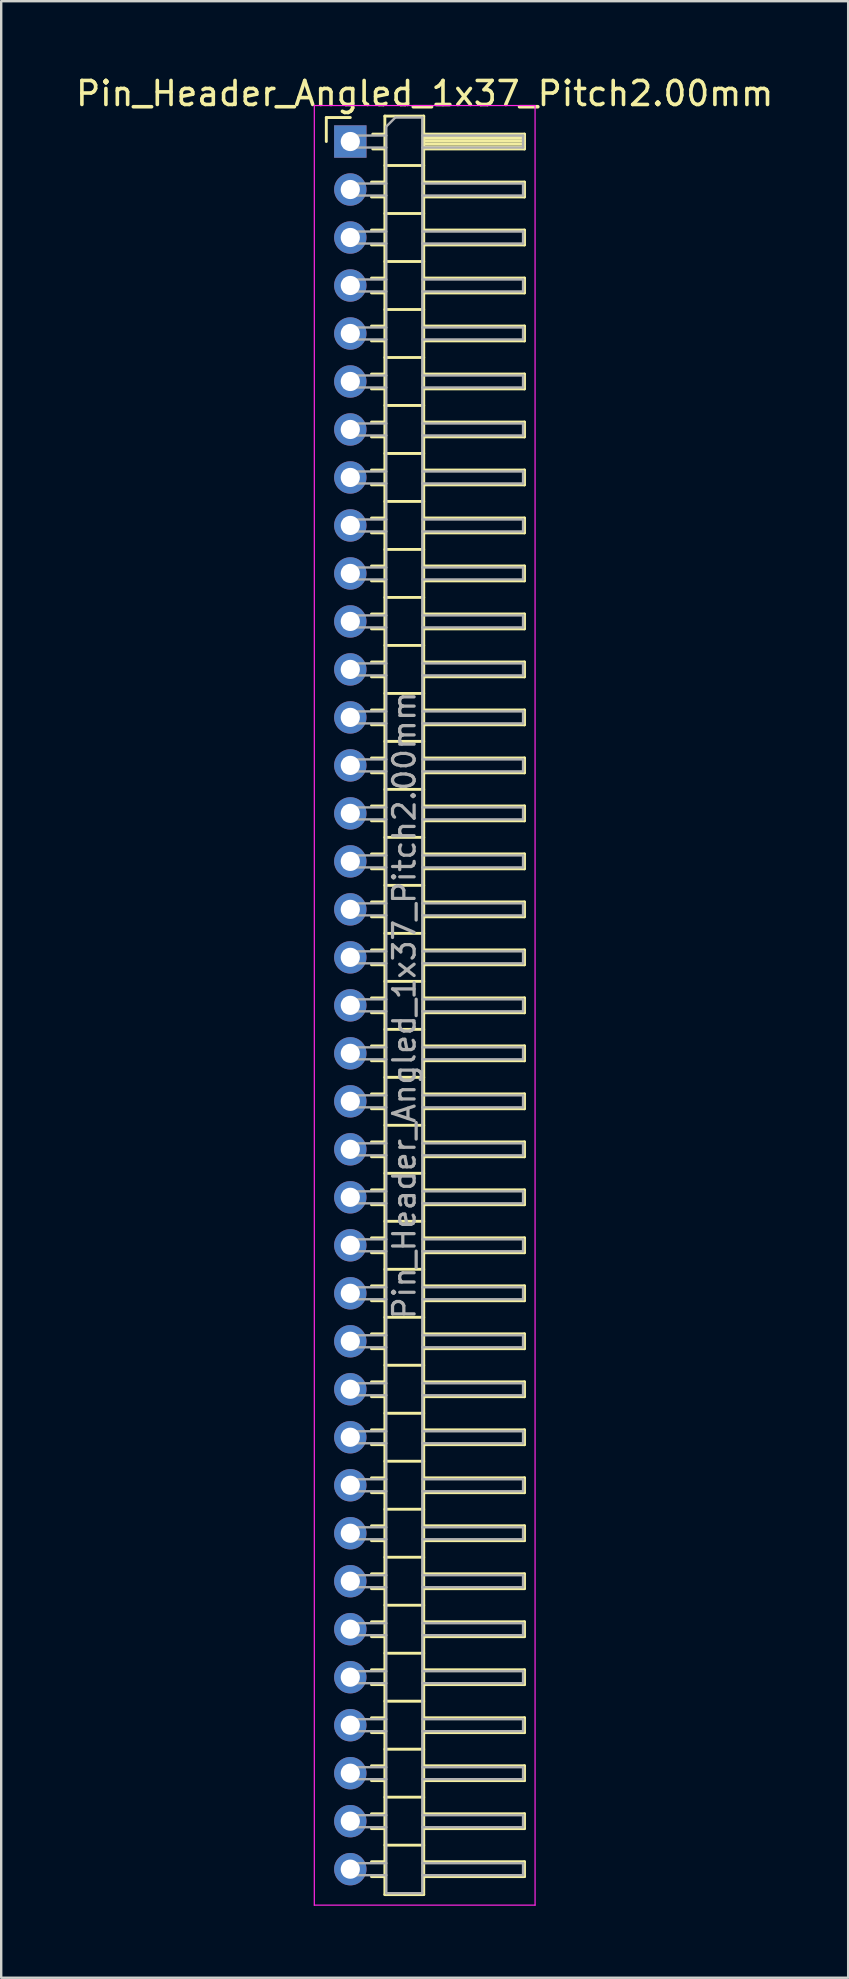
<source format=kicad_pcb>
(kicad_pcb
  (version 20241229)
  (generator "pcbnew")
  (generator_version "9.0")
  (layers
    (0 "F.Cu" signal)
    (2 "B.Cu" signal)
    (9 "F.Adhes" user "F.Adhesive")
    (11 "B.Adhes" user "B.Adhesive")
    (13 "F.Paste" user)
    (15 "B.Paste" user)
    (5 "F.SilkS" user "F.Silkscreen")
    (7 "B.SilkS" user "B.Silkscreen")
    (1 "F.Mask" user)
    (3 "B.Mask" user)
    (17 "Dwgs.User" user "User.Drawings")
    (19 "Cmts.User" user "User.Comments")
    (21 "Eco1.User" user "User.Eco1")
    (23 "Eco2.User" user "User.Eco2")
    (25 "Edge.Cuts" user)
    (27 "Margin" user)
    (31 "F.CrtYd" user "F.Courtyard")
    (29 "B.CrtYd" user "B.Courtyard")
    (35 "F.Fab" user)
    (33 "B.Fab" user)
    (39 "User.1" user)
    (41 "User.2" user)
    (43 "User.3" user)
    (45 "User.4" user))
  (footprint "Pin_Header_Angled_1x37_Pitch2.00mm"
    (layer "F.Cu")
    (at 11.549 2.848)
    (property "Reference" "Pin_Header_Angled_1x37_Pitch2.00mm" (at 3.1 -2 0) (layer "F.SilkS") (effects (font (size 1 1) (thickness 0.15))))
    (attr through_hole)
    (fp_line (start -1 -1) (end 0 -1) (stroke (width 0.12) (type solid)) (layer "F.SilkS"))
    (fp_line (start -1 0) (end -1 -1) (stroke (width 0.12) (type solid)) (layer "F.SilkS"))
    (fp_line (start 0.882 1.69) (end 1.44 1.69) (stroke (width 0.12) (type solid)) (layer "F.SilkS"))
    (fp_line (start 0.882 2.31) (end 1.44 2.31) (stroke (width 0.12) (type solid)) (layer "F.SilkS"))
    (fp_line (start 0.882 3.69) (end 1.44 3.69) (stroke (width 0.12) (type solid)) (layer "F.SilkS"))
    (fp_line (start 0.882 4.31) (end 1.44 4.31) (stroke (width 0.12) (type solid)) (layer "F.SilkS"))
    (fp_line (start 0.882 5.69) (end 1.44 5.69) (stroke (width 0.12) (type solid)) (layer "F.SilkS"))
    (fp_line (start 0.882 6.31) (end 1.44 6.31) (stroke (width 0.12) (type solid)) (layer "F.SilkS"))
    (fp_line (start 0.882 7.69) (end 1.44 7.69) (stroke (width 0.12) (type solid)) (layer "F.SilkS"))
    (fp_line (start 0.882 8.31) (end 1.44 8.31) (stroke (width 0.12) (type solid)) (layer "F.SilkS"))
    (fp_line (start 0.882 9.69) (end 1.44 9.69) (stroke (width 0.12) (type solid)) (layer "F.SilkS"))
    (fp_line (start 0.882 10.31) (end 1.44 10.31) (stroke (width 0.12) (type solid)) (layer "F.SilkS"))
    (fp_line (start 0.882 11.69) (end 1.44 11.69) (stroke (width 0.12) (type solid)) (layer "F.SilkS"))
    (fp_line (start 0.882 12.31) (end 1.44 12.31) (stroke (width 0.12) (type solid)) (layer "F.SilkS"))
    (fp_line (start 0.882 13.69) (end 1.44 13.69) (stroke (width 0.12) (type solid)) (layer "F.SilkS"))
    (fp_line (start 0.882 14.31) (end 1.44 14.31) (stroke (width 0.12) (type solid)) (layer "F.SilkS"))
    (fp_line (start 0.882 15.69) (end 1.44 15.69) (stroke (width 0.12) (type solid)) (layer "F.SilkS"))
    (fp_line (start 0.882 16.31) (end 1.44 16.31) (stroke (width 0.12) (type solid)) (layer "F.SilkS"))
    (fp_line (start 0.882 17.69) (end 1.44 17.69) (stroke (width 0.12) (type solid)) (layer "F.SilkS"))
    (fp_line (start 0.882 18.31) (end 1.44 18.31) (stroke (width 0.12) (type solid)) (layer "F.SilkS"))
    (fp_line (start 0.882 19.69) (end 1.44 19.69) (stroke (width 0.12) (type solid)) (layer "F.SilkS"))
    (fp_line (start 0.882 20.31) (end 1.44 20.31) (stroke (width 0.12) (type solid)) (layer "F.SilkS"))
    (fp_line (start 0.882 21.69) (end 1.44 21.69) (stroke (width 0.12) (type solid)) (layer "F.SilkS"))
    (fp_line (start 0.882 22.31) (end 1.44 22.31) (stroke (width 0.12) (type solid)) (layer "F.SilkS"))
    (fp_line (start 0.882 23.69) (end 1.44 23.69) (stroke (width 0.12) (type solid)) (layer "F.SilkS"))
    (fp_line (start 0.882 24.31) (end 1.44 24.31) (stroke (width 0.12) (type solid)) (layer "F.SilkS"))
    (fp_line (start 0.882 25.69) (end 1.44 25.69) (stroke (width 0.12) (type solid)) (layer "F.SilkS"))
    (fp_line (start 0.882 26.31) (end 1.44 26.31) (stroke (width 0.12) (type solid)) (layer "F.SilkS"))
    (fp_line (start 0.882 27.69) (end 1.44 27.69) (stroke (width 0.12) (type solid)) (layer "F.SilkS"))
    (fp_line (start 0.882 28.31) (end 1.44 28.31) (stroke (width 0.12) (type solid)) (layer "F.SilkS"))
    (fp_line (start 0.882 29.69) (end 1.44 29.69) (stroke (width 0.12) (type solid)) (layer "F.SilkS"))
    (fp_line (start 0.882 30.31) (end 1.44 30.31) (stroke (width 0.12) (type solid)) (layer "F.SilkS"))
    (fp_line (start 0.882 31.69) (end 1.44 31.69) (stroke (width 0.12) (type solid)) (layer "F.SilkS"))
    (fp_line (start 0.882 32.31) (end 1.44 32.31) (stroke (width 0.12) (type solid)) (layer "F.SilkS"))
    (fp_line (start 0.882 33.69) (end 1.44 33.69) (stroke (width 0.12) (type solid)) (layer "F.SilkS"))
    (fp_line (start 0.882 34.31) (end 1.44 34.31) (stroke (width 0.12) (type solid)) (layer "F.SilkS"))
    (fp_line (start 0.882 35.69) (end 1.44 35.69) (stroke (width 0.12) (type solid)) (layer "F.SilkS"))
    (fp_line (start 0.882 36.31) (end 1.44 36.31) (stroke (width 0.12) (type solid)) (layer "F.SilkS"))
    (fp_line (start 0.882 37.69) (end 1.44 37.69) (stroke (width 0.12) (type solid)) (layer "F.SilkS"))
    (fp_line (start 0.882 38.31) (end 1.44 38.31) (stroke (width 0.12) (type solid)) (layer "F.SilkS"))
    (fp_line (start 0.882 39.69) (end 1.44 39.69) (stroke (width 0.12) (type solid)) (layer "F.SilkS"))
    (fp_line (start 0.882 40.31) (end 1.44 40.31) (stroke (width 0.12) (type solid)) (layer "F.SilkS"))
    (fp_line (start 0.882 41.69) (end 1.44 41.69) (stroke (width 0.12) (type solid)) (layer "F.SilkS"))
    (fp_line (start 0.882 42.31) (end 1.44 42.31) (stroke (width 0.12) (type solid)) (layer "F.SilkS"))
    (fp_line (start 0.882 43.69) (end 1.44 43.69) (stroke (width 0.12) (type solid)) (layer "F.SilkS"))
    (fp_line (start 0.882 44.31) (end 1.44 44.31) (stroke (width 0.12) (type solid)) (layer "F.SilkS"))
    (fp_line (start 0.882 45.69) (end 1.44 45.69) (stroke (width 0.12) (type solid)) (layer "F.SilkS"))
    (fp_line (start 0.882 46.31) (end 1.44 46.31) (stroke (width 0.12) (type solid)) (layer "F.SilkS"))
    (fp_line (start 0.882 47.69) (end 1.44 47.69) (stroke (width 0.12) (type solid)) (layer "F.SilkS"))
    (fp_line (start 0.882 48.31) (end 1.44 48.31) (stroke (width 0.12) (type solid)) (layer "F.SilkS"))
    (fp_line (start 0.882 49.69) (end 1.44 49.69) (stroke (width 0.12) (type solid)) (layer "F.SilkS"))
    (fp_line (start 0.882 50.31) (end 1.44 50.31) (stroke (width 0.12) (type solid)) (layer "F.SilkS"))
    (fp_line (start 0.882 51.69) (end 1.44 51.69) (stroke (width 0.12) (type solid)) (layer "F.SilkS"))
    (fp_line (start 0.882 52.31) (end 1.44 52.31) (stroke (width 0.12) (type solid)) (layer "F.SilkS"))
    (fp_line (start 0.882 53.69) (end 1.44 53.69) (stroke (width 0.12) (type solid)) (layer "F.SilkS"))
    (fp_line (start 0.882 54.31) (end 1.44 54.31) (stroke (width 0.12) (type solid)) (layer "F.SilkS"))
    (fp_line (start 0.882 55.69) (end 1.44 55.69) (stroke (width 0.12) (type solid)) (layer "F.SilkS"))
    (fp_line (start 0.882 56.31) (end 1.44 56.31) (stroke (width 0.12) (type solid)) (layer "F.SilkS"))
    (fp_line (start 0.882 57.69) (end 1.44 57.69) (stroke (width 0.12) (type solid)) (layer "F.SilkS"))
    (fp_line (start 0.882 58.31) (end 1.44 58.31) (stroke (width 0.12) (type solid)) (layer "F.SilkS"))
    (fp_line (start 0.882 59.69) (end 1.44 59.69) (stroke (width 0.12) (type solid)) (layer "F.SilkS"))
    (fp_line (start 0.882 60.31) (end 1.44 60.31) (stroke (width 0.12) (type solid)) (layer "F.SilkS"))
    (fp_line (start 0.882 61.69) (end 1.44 61.69) (stroke (width 0.12) (type solid)) (layer "F.SilkS"))
    (fp_line (start 0.882 62.31) (end 1.44 62.31) (stroke (width 0.12) (type solid)) (layer "F.SilkS"))
    (fp_line (start 0.882 63.69) (end 1.44 63.69) (stroke (width 0.12) (type solid)) (layer "F.SilkS"))
    (fp_line (start 0.882 64.31) (end 1.44 64.31) (stroke (width 0.12) (type solid)) (layer "F.SilkS"))
    (fp_line (start 0.882 65.69) (end 1.44 65.69) (stroke (width 0.12) (type solid)) (layer "F.SilkS"))
    (fp_line (start 0.882 66.31) (end 1.44 66.31) (stroke (width 0.12) (type solid)) (layer "F.SilkS"))
    (fp_line (start 0.882 67.69) (end 1.44 67.69) (stroke (width 0.12) (type solid)) (layer "F.SilkS"))
    (fp_line (start 0.882 68.31) (end 1.44 68.31) (stroke (width 0.12) (type solid)) (layer "F.SilkS"))
    (fp_line (start 0.882 69.69) (end 1.44 69.69) (stroke (width 0.12) (type solid)) (layer "F.SilkS"))
    (fp_line (start 0.882 70.31) (end 1.44 70.31) (stroke (width 0.12) (type solid)) (layer "F.SilkS"))
    (fp_line (start 0.882 71.69) (end 1.44 71.69) (stroke (width 0.12) (type solid)) (layer "F.SilkS"))
    (fp_line (start 0.882 72.31) (end 1.44 72.31) (stroke (width 0.12) (type solid)) (layer "F.SilkS"))
    (fp_line (start 0.935 -0.31) (end 1.44 -0.31) (stroke (width 0.12) (type solid)) (layer "F.SilkS"))
    (fp_line (start 0.935 0.31) (end 1.44 0.31) (stroke (width 0.12) (type solid)) (layer "F.SilkS"))
    (fp_line (start 1.44 -1.06) (end 1.44 73.06) (stroke (width 0.12) (type solid)) (layer "F.SilkS"))
    (fp_line (start 1.44 1) (end 3.06 1) (stroke (width 0.12) (type solid)) (layer "F.SilkS"))
    (fp_line (start 1.44 3) (end 3.06 3) (stroke (width 0.12) (type solid)) (layer "F.SilkS"))
    (fp_line (start 1.44 5) (end 3.06 5) (stroke (width 0.12) (type solid)) (layer "F.SilkS"))
    (fp_line (start 1.44 7) (end 3.06 7) (stroke (width 0.12) (type solid)) (layer "F.SilkS"))
    (fp_line (start 1.44 9) (end 3.06 9) (stroke (width 0.12) (type solid)) (layer "F.SilkS"))
    (fp_line (start 1.44 11) (end 3.06 11) (stroke (width 0.12) (type solid)) (layer "F.SilkS"))
    (fp_line (start 1.44 13) (end 3.06 13) (stroke (width 0.12) (type solid)) (layer "F.SilkS"))
    (fp_line (start 1.44 15) (end 3.06 15) (stroke (width 0.12) (type solid)) (layer "F.SilkS"))
    (fp_line (start 1.44 17) (end 3.06 17) (stroke (width 0.12) (type solid)) (layer "F.SilkS"))
    (fp_line (start 1.44 19) (end 3.06 19) (stroke (width 0.12) (type solid)) (layer "F.SilkS"))
    (fp_line (start 1.44 21) (end 3.06 21) (stroke (width 0.12) (type solid)) (layer "F.SilkS"))
    (fp_line (start 1.44 23) (end 3.06 23) (stroke (width 0.12) (type solid)) (layer "F.SilkS"))
    (fp_line (start 1.44 25) (end 3.06 25) (stroke (width 0.12) (type solid)) (layer "F.SilkS"))
    (fp_line (start 1.44 27) (end 3.06 27) (stroke (width 0.12) (type solid)) (layer "F.SilkS"))
    (fp_line (start 1.44 29) (end 3.06 29) (stroke (width 0.12) (type solid)) (layer "F.SilkS"))
    (fp_line (start 1.44 31) (end 3.06 31) (stroke (width 0.12) (type solid)) (layer "F.SilkS"))
    (fp_line (start 1.44 33) (end 3.06 33) (stroke (width 0.12) (type solid)) (layer "F.SilkS"))
    (fp_line (start 1.44 35) (end 3.06 35) (stroke (width 0.12) (type solid)) (layer "F.SilkS"))
    (fp_line (start 1.44 37) (end 3.06 37) (stroke (width 0.12) (type solid)) (layer "F.SilkS"))
    (fp_line (start 1.44 39) (end 3.06 39) (stroke (width 0.12) (type solid)) (layer "F.SilkS"))
    (fp_line (start 1.44 41) (end 3.06 41) (stroke (width 0.12) (type solid)) (layer "F.SilkS"))
    (fp_line (start 1.44 43) (end 3.06 43) (stroke (width 0.12) (type solid)) (layer "F.SilkS"))
    (fp_line (start 1.44 45) (end 3.06 45) (stroke (width 0.12) (type solid)) (layer "F.SilkS"))
    (fp_line (start 1.44 47) (end 3.06 47) (stroke (width 0.12) (type solid)) (layer "F.SilkS"))
    (fp_line (start 1.44 49) (end 3.06 49) (stroke (width 0.12) (type solid)) (layer "F.SilkS"))
    (fp_line (start 1.44 51) (end 3.06 51) (stroke (width 0.12) (type solid)) (layer "F.SilkS"))
    (fp_line (start 1.44 53) (end 3.06 53) (stroke (width 0.12) (type solid)) (layer "F.SilkS"))
    (fp_line (start 1.44 55) (end 3.06 55) (stroke (width 0.12) (type solid)) (layer "F.SilkS"))
    (fp_line (start 1.44 57) (end 3.06 57) (stroke (width 0.12) (type solid)) (layer "F.SilkS"))
    (fp_line (start 1.44 59) (end 3.06 59) (stroke (width 0.12) (type solid)) (layer "F.SilkS"))
    (fp_line (start 1.44 61) (end 3.06 61) (stroke (width 0.12) (type solid)) (layer "F.SilkS"))
    (fp_line (start 1.44 63) (end 3.06 63) (stroke (width 0.12) (type solid)) (layer "F.SilkS"))
    (fp_line (start 1.44 65) (end 3.06 65) (stroke (width 0.12) (type solid)) (layer "F.SilkS"))
    (fp_line (start 1.44 67) (end 3.06 67) (stroke (width 0.12) (type solid)) (layer "F.SilkS"))
    (fp_line (start 1.44 69) (end 3.06 69) (stroke (width 0.12) (type solid)) (layer "F.SilkS"))
    (fp_line (start 1.44 71) (end 3.06 71) (stroke (width 0.12) (type solid)) (layer "F.SilkS"))
    (fp_line (start 1.44 73.06) (end 3.06 73.06) (stroke (width 0.12) (type solid)) (layer "F.SilkS"))
    (fp_line (start 3.06 -1.06) (end 1.44 -1.06) (stroke (width 0.12) (type solid)) (layer "F.SilkS"))
    (fp_line (start 3.06 -0.31) (end 7.26 -0.31) (stroke (width 0.12) (type solid)) (layer "F.SilkS"))
    (fp_line (start 3.06 -0.25) (end 7.26 -0.25) (stroke (width 0.12) (type solid)) (layer "F.SilkS"))
    (fp_line (start 3.06 -0.13) (end 7.26 -0.13) (stroke (width 0.12) (type solid)) (layer "F.SilkS"))
    (fp_line (start 3.06 -0.01) (end 7.26 -0.01) (stroke (width 0.12) (type solid)) (layer "F.SilkS"))
    (fp_line (start 3.06 0.11) (end 7.26 0.11) (stroke (width 0.12) (type solid)) (layer "F.SilkS"))
    (fp_line (start 3.06 0.23) (end 7.26 0.23) (stroke (width 0.12) (type solid)) (layer "F.SilkS"))
    (fp_line (start 3.06 1.69) (end 7.26 1.69) (stroke (width 0.12) (type solid)) (layer "F.SilkS"))
    (fp_line (start 3.06 3.69) (end 7.26 3.69) (stroke (width 0.12) (type solid)) (layer "F.SilkS"))
    (fp_line (start 3.06 5.69) (end 7.26 5.69) (stroke (width 0.12) (type solid)) (layer "F.SilkS"))
    (fp_line (start 3.06 7.69) (end 7.26 7.69) (stroke (width 0.12) (type solid)) (layer "F.SilkS"))
    (fp_line (start 3.06 9.69) (end 7.26 9.69) (stroke (width 0.12) (type solid)) (layer "F.SilkS"))
    (fp_line (start 3.06 11.69) (end 7.26 11.69) (stroke (width 0.12) (type solid)) (layer "F.SilkS"))
    (fp_line (start 3.06 13.69) (end 7.26 13.69) (stroke (width 0.12) (type solid)) (layer "F.SilkS"))
    (fp_line (start 3.06 15.69) (end 7.26 15.69) (stroke (width 0.12) (type solid)) (layer "F.SilkS"))
    (fp_line (start 3.06 17.69) (end 7.26 17.69) (stroke (width 0.12) (type solid)) (layer "F.SilkS"))
    (fp_line (start 3.06 19.69) (end 7.26 19.69) (stroke (width 0.12) (type solid)) (layer "F.SilkS"))
    (fp_line (start 3.06 21.69) (end 7.26 21.69) (stroke (width 0.12) (type solid)) (layer "F.SilkS"))
    (fp_line (start 3.06 23.69) (end 7.26 23.69) (stroke (width 0.12) (type solid)) (layer "F.SilkS"))
    (fp_line (start 3.06 25.69) (end 7.26 25.69) (stroke (width 0.12) (type solid)) (layer "F.SilkS"))
    (fp_line (start 3.06 27.69) (end 7.26 27.69) (stroke (width 0.12) (type solid)) (layer "F.SilkS"))
    (fp_line (start 3.06 29.69) (end 7.26 29.69) (stroke (width 0.12) (type solid)) (layer "F.SilkS"))
    (fp_line (start 3.06 31.69) (end 7.26 31.69) (stroke (width 0.12) (type solid)) (layer "F.SilkS"))
    (fp_line (start 3.06 33.69) (end 7.26 33.69) (stroke (width 0.12) (type solid)) (layer "F.SilkS"))
    (fp_line (start 3.06 35.69) (end 7.26 35.69) (stroke (width 0.12) (type solid)) (layer "F.SilkS"))
    (fp_line (start 3.06 37.69) (end 7.26 37.69) (stroke (width 0.12) (type solid)) (layer "F.SilkS"))
    (fp_line (start 3.06 39.69) (end 7.26 39.69) (stroke (width 0.12) (type solid)) (layer "F.SilkS"))
    (fp_line (start 3.06 41.69) (end 7.26 41.69) (stroke (width 0.12) (type solid)) (layer "F.SilkS"))
    (fp_line (start 3.06 43.69) (end 7.26 43.69) (stroke (width 0.12) (type solid)) (layer "F.SilkS"))
    (fp_line (start 3.06 45.69) (end 7.26 45.69) (stroke (width 0.12) (type solid)) (layer "F.SilkS"))
    (fp_line (start 3.06 47.69) (end 7.26 47.69) (stroke (width 0.12) (type solid)) (layer "F.SilkS"))
    (fp_line (start 3.06 49.69) (end 7.26 49.69) (stroke (width 0.12) (type solid)) (layer "F.SilkS"))
    (fp_line (start 3.06 51.69) (end 7.26 51.69) (stroke (width 0.12) (type solid)) (layer "F.SilkS"))
    (fp_line (start 3.06 53.69) (end 7.26 53.69) (stroke (width 0.12) (type solid)) (layer "F.SilkS"))
    (fp_line (start 3.06 55.69) (end 7.26 55.69) (stroke (width 0.12) (type solid)) (layer "F.SilkS"))
    (fp_line (start 3.06 57.69) (end 7.26 57.69) (stroke (width 0.12) (type solid)) (layer "F.SilkS"))
    (fp_line (start 3.06 59.69) (end 7.26 59.69) (stroke (width 0.12) (type solid)) (layer "F.SilkS"))
    (fp_line (start 3.06 61.69) (end 7.26 61.69) (stroke (width 0.12) (type solid)) (layer "F.SilkS"))
    (fp_line (start 3.06 63.69) (end 7.26 63.69) (stroke (width 0.12) (type solid)) (layer "F.SilkS"))
    (fp_line (start 3.06 65.69) (end 7.26 65.69) (stroke (width 0.12) (type solid)) (layer "F.SilkS"))
    (fp_line (start 3.06 67.69) (end 7.26 67.69) (stroke (width 0.12) (type solid)) (layer "F.SilkS"))
    (fp_line (start 3.06 69.69) (end 7.26 69.69) (stroke (width 0.12) (type solid)) (layer "F.SilkS"))
    (fp_line (start 3.06 71.69) (end 7.26 71.69) (stroke (width 0.12) (type solid)) (layer "F.SilkS"))
    (fp_line (start 3.06 73.06) (end 3.06 -1.06) (stroke (width 0.12) (type solid)) (layer "F.SilkS"))
    (fp_line (start 7.26 -0.31) (end 7.26 0.31) (stroke (width 0.12) (type solid)) (layer "F.SilkS"))
    (fp_line (start 7.26 0.31) (end 3.06 0.31) (stroke (width 0.12) (type solid)) (layer "F.SilkS"))
    (fp_line (start 7.26 1.69) (end 7.26 2.31) (stroke (width 0.12) (type solid)) (layer "F.SilkS"))
    (fp_line (start 7.26 2.31) (end 3.06 2.31) (stroke (width 0.12) (type solid)) (layer "F.SilkS"))
    (fp_line (start 7.26 3.69) (end 7.26 4.31) (stroke (width 0.12) (type solid)) (layer "F.SilkS"))
    (fp_line (start 7.26 4.31) (end 3.06 4.31) (stroke (width 0.12) (type solid)) (layer "F.SilkS"))
    (fp_line (start 7.26 5.69) (end 7.26 6.31) (stroke (width 0.12) (type solid)) (layer "F.SilkS"))
    (fp_line (start 7.26 6.31) (end 3.06 6.31) (stroke (width 0.12) (type solid)) (layer "F.SilkS"))
    (fp_line (start 7.26 7.69) (end 7.26 8.31) (stroke (width 0.12) (type solid)) (layer "F.SilkS"))
    (fp_line (start 7.26 8.31) (end 3.06 8.31) (stroke (width 0.12) (type solid)) (layer "F.SilkS"))
    (fp_line (start 7.26 9.69) (end 7.26 10.31) (stroke (width 0.12) (type solid)) (layer "F.SilkS"))
    (fp_line (start 7.26 10.31) (end 3.06 10.31) (stroke (width 0.12) (type solid)) (layer "F.SilkS"))
    (fp_line (start 7.26 11.69) (end 7.26 12.31) (stroke (width 0.12) (type solid)) (layer "F.SilkS"))
    (fp_line (start 7.26 12.31) (end 3.06 12.31) (stroke (width 0.12) (type solid)) (layer "F.SilkS"))
    (fp_line (start 7.26 13.69) (end 7.26 14.31) (stroke (width 0.12) (type solid)) (layer "F.SilkS"))
    (fp_line (start 7.26 14.31) (end 3.06 14.31) (stroke (width 0.12) (type solid)) (layer "F.SilkS"))
    (fp_line (start 7.26 15.69) (end 7.26 16.31) (stroke (width 0.12) (type solid)) (layer "F.SilkS"))
    (fp_line (start 7.26 16.31) (end 3.06 16.31) (stroke (width 0.12) (type solid)) (layer "F.SilkS"))
    (fp_line (start 7.26 17.69) (end 7.26 18.31) (stroke (width 0.12) (type solid)) (layer "F.SilkS"))
    (fp_line (start 7.26 18.31) (end 3.06 18.31) (stroke (width 0.12) (type solid)) (layer "F.SilkS"))
    (fp_line (start 7.26 19.69) (end 7.26 20.31) (stroke (width 0.12) (type solid)) (layer "F.SilkS"))
    (fp_line (start 7.26 20.31) (end 3.06 20.31) (stroke (width 0.12) (type solid)) (layer "F.SilkS"))
    (fp_line (start 7.26 21.69) (end 7.26 22.31) (stroke (width 0.12) (type solid)) (layer "F.SilkS"))
    (fp_line (start 7.26 22.31) (end 3.06 22.31) (stroke (width 0.12) (type solid)) (layer "F.SilkS"))
    (fp_line (start 7.26 23.69) (end 7.26 24.31) (stroke (width 0.12) (type solid)) (layer "F.SilkS"))
    (fp_line (start 7.26 24.31) (end 3.06 24.31) (stroke (width 0.12) (type solid)) (layer "F.SilkS"))
    (fp_line (start 7.26 25.69) (end 7.26 26.31) (stroke (width 0.12) (type solid)) (layer "F.SilkS"))
    (fp_line (start 7.26 26.31) (end 3.06 26.31) (stroke (width 0.12) (type solid)) (layer "F.SilkS"))
    (fp_line (start 7.26 27.69) (end 7.26 28.31) (stroke (width 0.12) (type solid)) (layer "F.SilkS"))
    (fp_line (start 7.26 28.31) (end 3.06 28.31) (stroke (width 0.12) (type solid)) (layer "F.SilkS"))
    (fp_line (start 7.26 29.69) (end 7.26 30.31) (stroke (width 0.12) (type solid)) (layer "F.SilkS"))
    (fp_line (start 7.26 30.31) (end 3.06 30.31) (stroke (width 0.12) (type solid)) (layer "F.SilkS"))
    (fp_line (start 7.26 31.69) (end 7.26 32.31) (stroke (width 0.12) (type solid)) (layer "F.SilkS"))
    (fp_line (start 7.26 32.31) (end 3.06 32.31) (stroke (width 0.12) (type solid)) (layer "F.SilkS"))
    (fp_line (start 7.26 33.69) (end 7.26 34.31) (stroke (width 0.12) (type solid)) (layer "F.SilkS"))
    (fp_line (start 7.26 34.31) (end 3.06 34.31) (stroke (width 0.12) (type solid)) (layer "F.SilkS"))
    (fp_line (start 7.26 35.69) (end 7.26 36.31) (stroke (width 0.12) (type solid)) (layer "F.SilkS"))
    (fp_line (start 7.26 36.31) (end 3.06 36.31) (stroke (width 0.12) (type solid)) (layer "F.SilkS"))
    (fp_line (start 7.26 37.69) (end 7.26 38.31) (stroke (width 0.12) (type solid)) (layer "F.SilkS"))
    (fp_line (start 7.26 38.31) (end 3.06 38.31) (stroke (width 0.12) (type solid)) (layer "F.SilkS"))
    (fp_line (start 7.26 39.69) (end 7.26 40.31) (stroke (width 0.12) (type solid)) (layer "F.SilkS"))
    (fp_line (start 7.26 40.31) (end 3.06 40.31) (stroke (width 0.12) (type solid)) (layer "F.SilkS"))
    (fp_line (start 7.26 41.69) (end 7.26 42.31) (stroke (width 0.12) (type solid)) (layer "F.SilkS"))
    (fp_line (start 7.26 42.31) (end 3.06 42.31) (stroke (width 0.12) (type solid)) (layer "F.SilkS"))
    (fp_line (start 7.26 43.69) (end 7.26 44.31) (stroke (width 0.12) (type solid)) (layer "F.SilkS"))
    (fp_line (start 7.26 44.31) (end 3.06 44.31) (stroke (width 0.12) (type solid)) (layer "F.SilkS"))
    (fp_line (start 7.26 45.69) (end 7.26 46.31) (stroke (width 0.12) (type solid)) (layer "F.SilkS"))
    (fp_line (start 7.26 46.31) (end 3.06 46.31) (stroke (width 0.12) (type solid)) (layer "F.SilkS"))
    (fp_line (start 7.26 47.69) (end 7.26 48.31) (stroke (width 0.12) (type solid)) (layer "F.SilkS"))
    (fp_line (start 7.26 48.31) (end 3.06 48.31) (stroke (width 0.12) (type solid)) (layer "F.SilkS"))
    (fp_line (start 7.26 49.69) (end 7.26 50.31) (stroke (width 0.12) (type solid)) (layer "F.SilkS"))
    (fp_line (start 7.26 50.31) (end 3.06 50.31) (stroke (width 0.12) (type solid)) (layer "F.SilkS"))
    (fp_line (start 7.26 51.69) (end 7.26 52.31) (stroke (width 0.12) (type solid)) (layer "F.SilkS"))
    (fp_line (start 7.26 52.31) (end 3.06 52.31) (stroke (width 0.12) (type solid)) (layer "F.SilkS"))
    (fp_line (start 7.26 53.69) (end 7.26 54.31) (stroke (width 0.12) (type solid)) (layer "F.SilkS"))
    (fp_line (start 7.26 54.31) (end 3.06 54.31) (stroke (width 0.12) (type solid)) (layer "F.SilkS"))
    (fp_line (start 7.26 55.69) (end 7.26 56.31) (stroke (width 0.12) (type solid)) (layer "F.SilkS"))
    (fp_line (start 7.26 56.31) (end 3.06 56.31) (stroke (width 0.12) (type solid)) (layer "F.SilkS"))
    (fp_line (start 7.26 57.69) (end 7.26 58.31) (stroke (width 0.12) (type solid)) (layer "F.SilkS"))
    (fp_line (start 7.26 58.31) (end 3.06 58.31) (stroke (width 0.12) (type solid)) (layer "F.SilkS"))
    (fp_line (start 7.26 59.69) (end 7.26 60.31) (stroke (width 0.12) (type solid)) (layer "F.SilkS"))
    (fp_line (start 7.26 60.31) (end 3.06 60.31) (stroke (width 0.12) (type solid)) (layer "F.SilkS"))
    (fp_line (start 7.26 61.69) (end 7.26 62.31) (stroke (width 0.12) (type solid)) (layer "F.SilkS"))
    (fp_line (start 7.26 62.31) (end 3.06 62.31) (stroke (width 0.12) (type solid)) (layer "F.SilkS"))
    (fp_line (start 7.26 63.69) (end 7.26 64.31) (stroke (width 0.12) (type solid)) (layer "F.SilkS"))
    (fp_line (start 7.26 64.31) (end 3.06 64.31) (stroke (width 0.12) (type solid)) (layer "F.SilkS"))
    (fp_line (start 7.26 65.69) (end 7.26 66.31) (stroke (width 0.12) (type solid)) (layer "F.SilkS"))
    (fp_line (start 7.26 66.31) (end 3.06 66.31) (stroke (width 0.12) (type solid)) (layer "F.SilkS"))
    (fp_line (start 7.26 67.69) (end 7.26 68.31) (stroke (width 0.12) (type solid)) (layer "F.SilkS"))
    (fp_line (start 7.26 68.31) (end 3.06 68.31) (stroke (width 0.12) (type solid)) (layer "F.SilkS"))
    (fp_line (start 7.26 69.69) (end 7.26 70.31) (stroke (width 0.12) (type solid)) (layer "F.SilkS"))
    (fp_line (start 7.26 70.31) (end 3.06 70.31) (stroke (width 0.12) (type solid)) (layer "F.SilkS"))
    (fp_line (start 7.26 71.69) (end 7.26 72.31) (stroke (width 0.12) (type solid)) (layer "F.SilkS"))
    (fp_line (start 7.26 72.31) (end 3.06 72.31) (stroke (width 0.12) (type solid)) (layer "F.SilkS"))
    (fp_line (start -1.5 -1.5) (end -1.5 73.5) (stroke (width 0.05) (type solid)) (layer "F.CrtYd"))
    (fp_line (start -1.5 73.5) (end 7.7 73.5) (stroke (width 0.05) (type solid)) (layer "F.CrtYd"))
    (fp_line (start 7.7 -1.5) (end -1.5 -1.5) (stroke (width 0.05) (type solid)) (layer "F.CrtYd"))
    (fp_line (start 7.7 73.5) (end 7.7 -1.5) (stroke (width 0.05) (type solid)) (layer "F.CrtYd"))
    (fp_line (start -0.25 -0.25) (end -0.25 0.25) (stroke (width 0.1) (type solid)) (layer "F.Fab"))
    (fp_line (start -0.25 -0.25) (end 1.5 -0.25) (stroke (width 0.1) (type solid)) (layer "F.Fab"))
    (fp_line (start -0.25 0.25) (end 1.5 0.25) (stroke (width 0.1) (type solid)) (layer "F.Fab"))
    (fp_line (start -0.25 1.75) (end -0.25 2.25) (stroke (width 0.1) (type solid)) (layer "F.Fab"))
    (fp_line (start -0.25 1.75) (end 1.5 1.75) (stroke (width 0.1) (type solid)) (layer "F.Fab"))
    (fp_line (start -0.25 2.25) (end 1.5 2.25) (stroke (width 0.1) (type solid)) (layer "F.Fab"))
    (fp_line (start -0.25 3.75) (end -0.25 4.25) (stroke (width 0.1) (type solid)) (layer "F.Fab"))
    (fp_line (start -0.25 3.75) (end 1.5 3.75) (stroke (width 0.1) (type solid)) (layer "F.Fab"))
    (fp_line (start -0.25 4.25) (end 1.5 4.25) (stroke (width 0.1) (type solid)) (layer "F.Fab"))
    (fp_line (start -0.25 5.75) (end -0.25 6.25) (stroke (width 0.1) (type solid)) (layer "F.Fab"))
    (fp_line (start -0.25 5.75) (end 1.5 5.75) (stroke (width 0.1) (type solid)) (layer "F.Fab"))
    (fp_line (start -0.25 6.25) (end 1.5 6.25) (stroke (width 0.1) (type solid)) (layer "F.Fab"))
    (fp_line (start -0.25 7.75) (end -0.25 8.25) (stroke (width 0.1) (type solid)) (layer "F.Fab"))
    (fp_line (start -0.25 7.75) (end 1.5 7.75) (stroke (width 0.1) (type solid)) (layer "F.Fab"))
    (fp_line (start -0.25 8.25) (end 1.5 8.25) (stroke (width 0.1) (type solid)) (layer "F.Fab"))
    (fp_line (start -0.25 9.75) (end -0.25 10.25) (stroke (width 0.1) (type solid)) (layer "F.Fab"))
    (fp_line (start -0.25 9.75) (end 1.5 9.75) (stroke (width 0.1) (type solid)) (layer "F.Fab"))
    (fp_line (start -0.25 10.25) (end 1.5 10.25) (stroke (width 0.1) (type solid)) (layer "F.Fab"))
    (fp_line (start -0.25 11.75) (end -0.25 12.25) (stroke (width 0.1) (type solid)) (layer "F.Fab"))
    (fp_line (start -0.25 11.75) (end 1.5 11.75) (stroke (width 0.1) (type solid)) (layer "F.Fab"))
    (fp_line (start -0.25 12.25) (end 1.5 12.25) (stroke (width 0.1) (type solid)) (layer "F.Fab"))
    (fp_line (start -0.25 13.75) (end -0.25 14.25) (stroke (width 0.1) (type solid)) (layer "F.Fab"))
    (fp_line (start -0.25 13.75) (end 1.5 13.75) (stroke (width 0.1) (type solid)) (layer "F.Fab"))
    (fp_line (start -0.25 14.25) (end 1.5 14.25) (stroke (width 0.1) (type solid)) (layer "F.Fab"))
    (fp_line (start -0.25 15.75) (end -0.25 16.25) (stroke (width 0.1) (type solid)) (layer "F.Fab"))
    (fp_line (start -0.25 15.75) (end 1.5 15.75) (stroke (width 0.1) (type solid)) (layer "F.Fab"))
    (fp_line (start -0.25 16.25) (end 1.5 16.25) (stroke (width 0.1) (type solid)) (layer "F.Fab"))
    (fp_line (start -0.25 17.75) (end -0.25 18.25) (stroke (width 0.1) (type solid)) (layer "F.Fab"))
    (fp_line (start -0.25 17.75) (end 1.5 17.75) (stroke (width 0.1) (type solid)) (layer "F.Fab"))
    (fp_line (start -0.25 18.25) (end 1.5 18.25) (stroke (width 0.1) (type solid)) (layer "F.Fab"))
    (fp_line (start -0.25 19.75) (end -0.25 20.25) (stroke (width 0.1) (type solid)) (layer "F.Fab"))
    (fp_line (start -0.25 19.75) (end 1.5 19.75) (stroke (width 0.1) (type solid)) (layer "F.Fab"))
    (fp_line (start -0.25 20.25) (end 1.5 20.25) (stroke (width 0.1) (type solid)) (layer "F.Fab"))
    (fp_line (start -0.25 21.75) (end -0.25 22.25) (stroke (width 0.1) (type solid)) (layer "F.Fab"))
    (fp_line (start -0.25 21.75) (end 1.5 21.75) (stroke (width 0.1) (type solid)) (layer "F.Fab"))
    (fp_line (start -0.25 22.25) (end 1.5 22.25) (stroke (width 0.1) (type solid)) (layer "F.Fab"))
    (fp_line (start -0.25 23.75) (end -0.25 24.25) (stroke (width 0.1) (type solid)) (layer "F.Fab"))
    (fp_line (start -0.25 23.75) (end 1.5 23.75) (stroke (width 0.1) (type solid)) (layer "F.Fab"))
    (fp_line (start -0.25 24.25) (end 1.5 24.25) (stroke (width 0.1) (type solid)) (layer "F.Fab"))
    (fp_line (start -0.25 25.75) (end -0.25 26.25) (stroke (width 0.1) (type solid)) (layer "F.Fab"))
    (fp_line (start -0.25 25.75) (end 1.5 25.75) (stroke (width 0.1) (type solid)) (layer "F.Fab"))
    (fp_line (start -0.25 26.25) (end 1.5 26.25) (stroke (width 0.1) (type solid)) (layer "F.Fab"))
    (fp_line (start -0.25 27.75) (end -0.25 28.25) (stroke (width 0.1) (type solid)) (layer "F.Fab"))
    (fp_line (start -0.25 27.75) (end 1.5 27.75) (stroke (width 0.1) (type solid)) (layer "F.Fab"))
    (fp_line (start -0.25 28.25) (end 1.5 28.25) (stroke (width 0.1) (type solid)) (layer "F.Fab"))
    (fp_line (start -0.25 29.75) (end -0.25 30.25) (stroke (width 0.1) (type solid)) (layer "F.Fab"))
    (fp_line (start -0.25 29.75) (end 1.5 29.75) (stroke (width 0.1) (type solid)) (layer "F.Fab"))
    (fp_line (start -0.25 30.25) (end 1.5 30.25) (stroke (width 0.1) (type solid)) (layer "F.Fab"))
    (fp_line (start -0.25 31.75) (end -0.25 32.25) (stroke (width 0.1) (type solid)) (layer "F.Fab"))
    (fp_line (start -0.25 31.75) (end 1.5 31.75) (stroke (width 0.1) (type solid)) (layer "F.Fab"))
    (fp_line (start -0.25 32.25) (end 1.5 32.25) (stroke (width 0.1) (type solid)) (layer "F.Fab"))
    (fp_line (start -0.25 33.75) (end -0.25 34.25) (stroke (width 0.1) (type solid)) (layer "F.Fab"))
    (fp_line (start -0.25 33.75) (end 1.5 33.75) (stroke (width 0.1) (type solid)) (layer "F.Fab"))
    (fp_line (start -0.25 34.25) (end 1.5 34.25) (stroke (width 0.1) (type solid)) (layer "F.Fab"))
    (fp_line (start -0.25 35.75) (end -0.25 36.25) (stroke (width 0.1) (type solid)) (layer "F.Fab"))
    (fp_line (start -0.25 35.75) (end 1.5 35.75) (stroke (width 0.1) (type solid)) (layer "F.Fab"))
    (fp_line (start -0.25 36.25) (end 1.5 36.25) (stroke (width 0.1) (type solid)) (layer "F.Fab"))
    (fp_line (start -0.25 37.75) (end -0.25 38.25) (stroke (width 0.1) (type solid)) (layer "F.Fab"))
    (fp_line (start -0.25 37.75) (end 1.5 37.75) (stroke (width 0.1) (type solid)) (layer "F.Fab"))
    (fp_line (start -0.25 38.25) (end 1.5 38.25) (stroke (width 0.1) (type solid)) (layer "F.Fab"))
    (fp_line (start -0.25 39.75) (end -0.25 40.25) (stroke (width 0.1) (type solid)) (layer "F.Fab"))
    (fp_line (start -0.25 39.75) (end 1.5 39.75) (stroke (width 0.1) (type solid)) (layer "F.Fab"))
    (fp_line (start -0.25 40.25) (end 1.5 40.25) (stroke (width 0.1) (type solid)) (layer "F.Fab"))
    (fp_line (start -0.25 41.75) (end -0.25 42.25) (stroke (width 0.1) (type solid)) (layer "F.Fab"))
    (fp_line (start -0.25 41.75) (end 1.5 41.75) (stroke (width 0.1) (type solid)) (layer "F.Fab"))
    (fp_line (start -0.25 42.25) (end 1.5 42.25) (stroke (width 0.1) (type solid)) (layer "F.Fab"))
    (fp_line (start -0.25 43.75) (end -0.25 44.25) (stroke (width 0.1) (type solid)) (layer "F.Fab"))
    (fp_line (start -0.25 43.75) (end 1.5 43.75) (stroke (width 0.1) (type solid)) (layer "F.Fab"))
    (fp_line (start -0.25 44.25) (end 1.5 44.25) (stroke (width 0.1) (type solid)) (layer "F.Fab"))
    (fp_line (start -0.25 45.75) (end -0.25 46.25) (stroke (width 0.1) (type solid)) (layer "F.Fab"))
    (fp_line (start -0.25 45.75) (end 1.5 45.75) (stroke (width 0.1) (type solid)) (layer "F.Fab"))
    (fp_line (start -0.25 46.25) (end 1.5 46.25) (stroke (width 0.1) (type solid)) (layer "F.Fab"))
    (fp_line (start -0.25 47.75) (end -0.25 48.25) (stroke (width 0.1) (type solid)) (layer "F.Fab"))
    (fp_line (start -0.25 47.75) (end 1.5 47.75) (stroke (width 0.1) (type solid)) (layer "F.Fab"))
    (fp_line (start -0.25 48.25) (end 1.5 48.25) (stroke (width 0.1) (type solid)) (layer "F.Fab"))
    (fp_line (start -0.25 49.75) (end -0.25 50.25) (stroke (width 0.1) (type solid)) (layer "F.Fab"))
    (fp_line (start -0.25 49.75) (end 1.5 49.75) (stroke (width 0.1) (type solid)) (layer "F.Fab"))
    (fp_line (start -0.25 50.25) (end 1.5 50.25) (stroke (width 0.1) (type solid)) (layer "F.Fab"))
    (fp_line (start -0.25 51.75) (end -0.25 52.25) (stroke (width 0.1) (type solid)) (layer "F.Fab"))
    (fp_line (start -0.25 51.75) (end 1.5 51.75) (stroke (width 0.1) (type solid)) (layer "F.Fab"))
    (fp_line (start -0.25 52.25) (end 1.5 52.25) (stroke (width 0.1) (type solid)) (layer "F.Fab"))
    (fp_line (start -0.25 53.75) (end -0.25 54.25) (stroke (width 0.1) (type solid)) (layer "F.Fab"))
    (fp_line (start -0.25 53.75) (end 1.5 53.75) (stroke (width 0.1) (type solid)) (layer "F.Fab"))
    (fp_line (start -0.25 54.25) (end 1.5 54.25) (stroke (width 0.1) (type solid)) (layer "F.Fab"))
    (fp_line (start -0.25 55.75) (end -0.25 56.25) (stroke (width 0.1) (type solid)) (layer "F.Fab"))
    (fp_line (start -0.25 55.75) (end 1.5 55.75) (stroke (width 0.1) (type solid)) (layer "F.Fab"))
    (fp_line (start -0.25 56.25) (end 1.5 56.25) (stroke (width 0.1) (type solid)) (layer "F.Fab"))
    (fp_line (start -0.25 57.75) (end -0.25 58.25) (stroke (width 0.1) (type solid)) (layer "F.Fab"))
    (fp_line (start -0.25 57.75) (end 1.5 57.75) (stroke (width 0.1) (type solid)) (layer "F.Fab"))
    (fp_line (start -0.25 58.25) (end 1.5 58.25) (stroke (width 0.1) (type solid)) (layer "F.Fab"))
    (fp_line (start -0.25 59.75) (end -0.25 60.25) (stroke (width 0.1) (type solid)) (layer "F.Fab"))
    (fp_line (start -0.25 59.75) (end 1.5 59.75) (stroke (width 0.1) (type solid)) (layer "F.Fab"))
    (fp_line (start -0.25 60.25) (end 1.5 60.25) (stroke (width 0.1) (type solid)) (layer "F.Fab"))
    (fp_line (start -0.25 61.75) (end -0.25 62.25) (stroke (width 0.1) (type solid)) (layer "F.Fab"))
    (fp_line (start -0.25 61.75) (end 1.5 61.75) (stroke (width 0.1) (type solid)) (layer "F.Fab"))
    (fp_line (start -0.25 62.25) (end 1.5 62.25) (stroke (width 0.1) (type solid)) (layer "F.Fab"))
    (fp_line (start -0.25 63.75) (end -0.25 64.25) (stroke (width 0.1) (type solid)) (layer "F.Fab"))
    (fp_line (start -0.25 63.75) (end 1.5 63.75) (stroke (width 0.1) (type solid)) (layer "F.Fab"))
    (fp_line (start -0.25 64.25) (end 1.5 64.25) (stroke (width 0.1) (type solid)) (layer "F.Fab"))
    (fp_line (start -0.25 65.75) (end -0.25 66.25) (stroke (width 0.1) (type solid)) (layer "F.Fab"))
    (fp_line (start -0.25 65.75) (end 1.5 65.75) (stroke (width 0.1) (type solid)) (layer "F.Fab"))
    (fp_line (start -0.25 66.25) (end 1.5 66.25) (stroke (width 0.1) (type solid)) (layer "F.Fab"))
    (fp_line (start -0.25 67.75) (end -0.25 68.25) (stroke (width 0.1) (type solid)) (layer "F.Fab"))
    (fp_line (start -0.25 67.75) (end 1.5 67.75) (stroke (width 0.1) (type solid)) (layer "F.Fab"))
    (fp_line (start -0.25 68.25) (end 1.5 68.25) (stroke (width 0.1) (type solid)) (layer "F.Fab"))
    (fp_line (start -0.25 69.75) (end -0.25 70.25) (stroke (width 0.1) (type solid)) (layer "F.Fab"))
    (fp_line (start -0.25 69.75) (end 1.5 69.75) (stroke (width 0.1) (type solid)) (layer "F.Fab"))
    (fp_line (start -0.25 70.25) (end 1.5 70.25) (stroke (width 0.1) (type solid)) (layer "F.Fab"))
    (fp_line (start -0.25 71.75) (end -0.25 72.25) (stroke (width 0.1) (type solid)) (layer "F.Fab"))
    (fp_line (start -0.25 71.75) (end 1.5 71.75) (stroke (width 0.1) (type solid)) (layer "F.Fab"))
    (fp_line (start -0.25 72.25) (end 1.5 72.25) (stroke (width 0.1) (type solid)) (layer "F.Fab"))
    (fp_line (start 1.5 -0.625) (end 1.875 -1) (stroke (width 0.1) (type solid)) (layer "F.Fab"))
    (fp_line (start 1.5 73) (end 1.5 -0.625) (stroke (width 0.1) (type solid)) (layer "F.Fab"))
    (fp_line (start 1.875 -1) (end 3 -1) (stroke (width 0.1) (type solid)) (layer "F.Fab"))
    (fp_line (start 3 -1) (end 3 73) (stroke (width 0.1) (type solid)) (layer "F.Fab"))
    (fp_line (start 3 -0.25) (end 7.2 -0.25) (stroke (width 0.1) (type solid)) (layer "F.Fab"))
    (fp_line (start 3 0.25) (end 7.2 0.25) (stroke (width 0.1) (type solid)) (layer "F.Fab"))
    (fp_line (start 3 1.75) (end 7.2 1.75) (stroke (width 0.1) (type solid)) (layer "F.Fab"))
    (fp_line (start 3 2.25) (end 7.2 2.25) (stroke (width 0.1) (type solid)) (layer "F.Fab"))
    (fp_line (start 3 3.75) (end 7.2 3.75) (stroke (width 0.1) (type solid)) (layer "F.Fab"))
    (fp_line (start 3 4.25) (end 7.2 4.25) (stroke (width 0.1) (type solid)) (layer "F.Fab"))
    (fp_line (start 3 5.75) (end 7.2 5.75) (stroke (width 0.1) (type solid)) (layer "F.Fab"))
    (fp_line (start 3 6.25) (end 7.2 6.25) (stroke (width 0.1) (type solid)) (layer "F.Fab"))
    (fp_line (start 3 7.75) (end 7.2 7.75) (stroke (width 0.1) (type solid)) (layer "F.Fab"))
    (fp_line (start 3 8.25) (end 7.2 8.25) (stroke (width 0.1) (type solid)) (layer "F.Fab"))
    (fp_line (start 3 9.75) (end 7.2 9.75) (stroke (width 0.1) (type solid)) (layer "F.Fab"))
    (fp_line (start 3 10.25) (end 7.2 10.25) (stroke (width 0.1) (type solid)) (layer "F.Fab"))
    (fp_line (start 3 11.75) (end 7.2 11.75) (stroke (width 0.1) (type solid)) (layer "F.Fab"))
    (fp_line (start 3 12.25) (end 7.2 12.25) (stroke (width 0.1) (type solid)) (layer "F.Fab"))
    (fp_line (start 3 13.75) (end 7.2 13.75) (stroke (width 0.1) (type solid)) (layer "F.Fab"))
    (fp_line (start 3 14.25) (end 7.2 14.25) (stroke (width 0.1) (type solid)) (layer "F.Fab"))
    (fp_line (start 3 15.75) (end 7.2 15.75) (stroke (width 0.1) (type solid)) (layer "F.Fab"))
    (fp_line (start 3 16.25) (end 7.2 16.25) (stroke (width 0.1) (type solid)) (layer "F.Fab"))
    (fp_line (start 3 17.75) (end 7.2 17.75) (stroke (width 0.1) (type solid)) (layer "F.Fab"))
    (fp_line (start 3 18.25) (end 7.2 18.25) (stroke (width 0.1) (type solid)) (layer "F.Fab"))
    (fp_line (start 3 19.75) (end 7.2 19.75) (stroke (width 0.1) (type solid)) (layer "F.Fab"))
    (fp_line (start 3 20.25) (end 7.2 20.25) (stroke (width 0.1) (type solid)) (layer "F.Fab"))
    (fp_line (start 3 21.75) (end 7.2 21.75) (stroke (width 0.1) (type solid)) (layer "F.Fab"))
    (fp_line (start 3 22.25) (end 7.2 22.25) (stroke (width 0.1) (type solid)) (layer "F.Fab"))
    (fp_line (start 3 23.75) (end 7.2 23.75) (stroke (width 0.1) (type solid)) (layer "F.Fab"))
    (fp_line (start 3 24.25) (end 7.2 24.25) (stroke (width 0.1) (type solid)) (layer "F.Fab"))
    (fp_line (start 3 25.75) (end 7.2 25.75) (stroke (width 0.1) (type solid)) (layer "F.Fab"))
    (fp_line (start 3 26.25) (end 7.2 26.25) (stroke (width 0.1) (type solid)) (layer "F.Fab"))
    (fp_line (start 3 27.75) (end 7.2 27.75) (stroke (width 0.1) (type solid)) (layer "F.Fab"))
    (fp_line (start 3 28.25) (end 7.2 28.25) (stroke (width 0.1) (type solid)) (layer "F.Fab"))
    (fp_line (start 3 29.75) (end 7.2 29.75) (stroke (width 0.1) (type solid)) (layer "F.Fab"))
    (fp_line (start 3 30.25) (end 7.2 30.25) (stroke (width 0.1) (type solid)) (layer "F.Fab"))
    (fp_line (start 3 31.75) (end 7.2 31.75) (stroke (width 0.1) (type solid)) (layer "F.Fab"))
    (fp_line (start 3 32.25) (end 7.2 32.25) (stroke (width 0.1) (type solid)) (layer "F.Fab"))
    (fp_line (start 3 33.75) (end 7.2 33.75) (stroke (width 0.1) (type solid)) (layer "F.Fab"))
    (fp_line (start 3 34.25) (end 7.2 34.25) (stroke (width 0.1) (type solid)) (layer "F.Fab"))
    (fp_line (start 3 35.75) (end 7.2 35.75) (stroke (width 0.1) (type solid)) (layer "F.Fab"))
    (fp_line (start 3 36.25) (end 7.2 36.25) (stroke (width 0.1) (type solid)) (layer "F.Fab"))
    (fp_line (start 3 37.75) (end 7.2 37.75) (stroke (width 0.1) (type solid)) (layer "F.Fab"))
    (fp_line (start 3 38.25) (end 7.2 38.25) (stroke (width 0.1) (type solid)) (layer "F.Fab"))
    (fp_line (start 3 39.75) (end 7.2 39.75) (stroke (width 0.1) (type solid)) (layer "F.Fab"))
    (fp_line (start 3 40.25) (end 7.2 40.25) (stroke (width 0.1) (type solid)) (layer "F.Fab"))
    (fp_line (start 3 41.75) (end 7.2 41.75) (stroke (width 0.1) (type solid)) (layer "F.Fab"))
    (fp_line (start 3 42.25) (end 7.2 42.25) (stroke (width 0.1) (type solid)) (layer "F.Fab"))
    (fp_line (start 3 43.75) (end 7.2 43.75) (stroke (width 0.1) (type solid)) (layer "F.Fab"))
    (fp_line (start 3 44.25) (end 7.2 44.25) (stroke (width 0.1) (type solid)) (layer "F.Fab"))
    (fp_line (start 3 45.75) (end 7.2 45.75) (stroke (width 0.1) (type solid)) (layer "F.Fab"))
    (fp_line (start 3 46.25) (end 7.2 46.25) (stroke (width 0.1) (type solid)) (layer "F.Fab"))
    (fp_line (start 3 47.75) (end 7.2 47.75) (stroke (width 0.1) (type solid)) (layer "F.Fab"))
    (fp_line (start 3 48.25) (end 7.2 48.25) (stroke (width 0.1) (type solid)) (layer "F.Fab"))
    (fp_line (start 3 49.75) (end 7.2 49.75) (stroke (width 0.1) (type solid)) (layer "F.Fab"))
    (fp_line (start 3 50.25) (end 7.2 50.25) (stroke (width 0.1) (type solid)) (layer "F.Fab"))
    (fp_line (start 3 51.75) (end 7.2 51.75) (stroke (width 0.1) (type solid)) (layer "F.Fab"))
    (fp_line (start 3 52.25) (end 7.2 52.25) (stroke (width 0.1) (type solid)) (layer "F.Fab"))
    (fp_line (start 3 53.75) (end 7.2 53.75) (stroke (width 0.1) (type solid)) (layer "F.Fab"))
    (fp_line (start 3 54.25) (end 7.2 54.25) (stroke (width 0.1) (type solid)) (layer "F.Fab"))
    (fp_line (start 3 55.75) (end 7.2 55.75) (stroke (width 0.1) (type solid)) (layer "F.Fab"))
    (fp_line (start 3 56.25) (end 7.2 56.25) (stroke (width 0.1) (type solid)) (layer "F.Fab"))
    (fp_line (start 3 57.75) (end 7.2 57.75) (stroke (width 0.1) (type solid)) (layer "F.Fab"))
    (fp_line (start 3 58.25) (end 7.2 58.25) (stroke (width 0.1) (type solid)) (layer "F.Fab"))
    (fp_line (start 3 59.75) (end 7.2 59.75) (stroke (width 0.1) (type solid)) (layer "F.Fab"))
    (fp_line (start 3 60.25) (end 7.2 60.25) (stroke (width 0.1) (type solid)) (layer "F.Fab"))
    (fp_line (start 3 61.75) (end 7.2 61.75) (stroke (width 0.1) (type solid)) (layer "F.Fab"))
    (fp_line (start 3 62.25) (end 7.2 62.25) (stroke (width 0.1) (type solid)) (layer "F.Fab"))
    (fp_line (start 3 63.75) (end 7.2 63.75) (stroke (width 0.1) (type solid)) (layer "F.Fab"))
    (fp_line (start 3 64.25) (end 7.2 64.25) (stroke (width 0.1) (type solid)) (layer "F.Fab"))
    (fp_line (start 3 65.75) (end 7.2 65.75) (stroke (width 0.1) (type solid)) (layer "F.Fab"))
    (fp_line (start 3 66.25) (end 7.2 66.25) (stroke (width 0.1) (type solid)) (layer "F.Fab"))
    (fp_line (start 3 67.75) (end 7.2 67.75) (stroke (width 0.1) (type solid)) (layer "F.Fab"))
    (fp_line (start 3 68.25) (end 7.2 68.25) (stroke (width 0.1) (type solid)) (layer "F.Fab"))
    (fp_line (start 3 69.75) (end 7.2 69.75) (stroke (width 0.1) (type solid)) (layer "F.Fab"))
    (fp_line (start 3 70.25) (end 7.2 70.25) (stroke (width 0.1) (type solid)) (layer "F.Fab"))
    (fp_line (start 3 71.75) (end 7.2 71.75) (stroke (width 0.1) (type solid)) (layer "F.Fab"))
    (fp_line (start 3 72.25) (end 7.2 72.25) (stroke (width 0.1) (type solid)) (layer "F.Fab"))
    (fp_line (start 3 73) (end 1.5 73) (stroke (width 0.1) (type solid)) (layer "F.Fab"))
    (fp_line (start 7.2 -0.25) (end 7.2 0.25) (stroke (width 0.1) (type solid)) (layer "F.Fab"))
    (fp_line (start 7.2 1.75) (end 7.2 2.25) (stroke (width 0.1) (type solid)) (layer "F.Fab"))
    (fp_line (start 7.2 3.75) (end 7.2 4.25) (stroke (width 0.1) (type solid)) (layer "F.Fab"))
    (fp_line (start 7.2 5.75) (end 7.2 6.25) (stroke (width 0.1) (type solid)) (layer "F.Fab"))
    (fp_line (start 7.2 7.75) (end 7.2 8.25) (stroke (width 0.1) (type solid)) (layer "F.Fab"))
    (fp_line (start 7.2 9.75) (end 7.2 10.25) (stroke (width 0.1) (type solid)) (layer "F.Fab"))
    (fp_line (start 7.2 11.75) (end 7.2 12.25) (stroke (width 0.1) (type solid)) (layer "F.Fab"))
    (fp_line (start 7.2 13.75) (end 7.2 14.25) (stroke (width 0.1) (type solid)) (layer "F.Fab"))
    (fp_line (start 7.2 15.75) (end 7.2 16.25) (stroke (width 0.1) (type solid)) (layer "F.Fab"))
    (fp_line (start 7.2 17.75) (end 7.2 18.25) (stroke (width 0.1) (type solid)) (layer "F.Fab"))
    (fp_line (start 7.2 19.75) (end 7.2 20.25) (stroke (width 0.1) (type solid)) (layer "F.Fab"))
    (fp_line (start 7.2 21.75) (end 7.2 22.25) (stroke (width 0.1) (type solid)) (layer "F.Fab"))
    (fp_line (start 7.2 23.75) (end 7.2 24.25) (stroke (width 0.1) (type solid)) (layer "F.Fab"))
    (fp_line (start 7.2 25.75) (end 7.2 26.25) (stroke (width 0.1) (type solid)) (layer "F.Fab"))
    (fp_line (start 7.2 27.75) (end 7.2 28.25) (stroke (width 0.1) (type solid)) (layer "F.Fab"))
    (fp_line (start 7.2 29.75) (end 7.2 30.25) (stroke (width 0.1) (type solid)) (layer "F.Fab"))
    (fp_line (start 7.2 31.75) (end 7.2 32.25) (stroke (width 0.1) (type solid)) (layer "F.Fab"))
    (fp_line (start 7.2 33.75) (end 7.2 34.25) (stroke (width 0.1) (type solid)) (layer "F.Fab"))
    (fp_line (start 7.2 35.75) (end 7.2 36.25) (stroke (width 0.1) (type solid)) (layer "F.Fab"))
    (fp_line (start 7.2 37.75) (end 7.2 38.25) (stroke (width 0.1) (type solid)) (layer "F.Fab"))
    (fp_line (start 7.2 39.75) (end 7.2 40.25) (stroke (width 0.1) (type solid)) (layer "F.Fab"))
    (fp_line (start 7.2 41.75) (end 7.2 42.25) (stroke (width 0.1) (type solid)) (layer "F.Fab"))
    (fp_line (start 7.2 43.75) (end 7.2 44.25) (stroke (width 0.1) (type solid)) (layer "F.Fab"))
    (fp_line (start 7.2 45.75) (end 7.2 46.25) (stroke (width 0.1) (type solid)) (layer "F.Fab"))
    (fp_line (start 7.2 47.75) (end 7.2 48.25) (stroke (width 0.1) (type solid)) (layer "F.Fab"))
    (fp_line (start 7.2 49.75) (end 7.2 50.25) (stroke (width 0.1) (type solid)) (layer "F.Fab"))
    (fp_line (start 7.2 51.75) (end 7.2 52.25) (stroke (width 0.1) (type solid)) (layer "F.Fab"))
    (fp_line (start 7.2 53.75) (end 7.2 54.25) (stroke (width 0.1) (type solid)) (layer "F.Fab"))
    (fp_line (start 7.2 55.75) (end 7.2 56.25) (stroke (width 0.1) (type solid)) (layer "F.Fab"))
    (fp_line (start 7.2 57.75) (end 7.2 58.25) (stroke (width 0.1) (type solid)) (layer "F.Fab"))
    (fp_line (start 7.2 59.75) (end 7.2 60.25) (stroke (width 0.1) (type solid)) (layer "F.Fab"))
    (fp_line (start 7.2 61.75) (end 7.2 62.25) (stroke (width 0.1) (type solid)) (layer "F.Fab"))
    (fp_line (start 7.2 63.75) (end 7.2 64.25) (stroke (width 0.1) (type solid)) (layer "F.Fab"))
    (fp_line (start 7.2 65.75) (end 7.2 66.25) (stroke (width 0.1) (type solid)) (layer "F.Fab"))
    (fp_line (start 7.2 67.75) (end 7.2 68.25) (stroke (width 0.1) (type solid)) (layer "F.Fab"))
    (fp_line (start 7.2 69.75) (end 7.2 70.25) (stroke (width 0.1) (type solid)) (layer "F.Fab"))
    (fp_line (start 7.2 71.75) (end 7.2 72.25) (stroke (width 0.1) (type solid)) (layer "F.Fab"))
    (fp_text user "${REFERENCE}" (at 2.25 36 90) (layer "F.Fab") (effects (font (size 0.9 0.9) (thickness 0.135))))
    (pad "1" thru_hole rect (at 0 0) (size 1.35 1.35) (drill 0.8) (layers "*.Cu" "*.Mask"))
    (pad "2" thru_hole oval (at 0 2) (size 1.35 1.35) (drill 0.8) (layers "*.Cu" "*.Mask"))
    (pad "3" thru_hole oval (at 0 4) (size 1.35 1.35) (drill 0.8) (layers "*.Cu" "*.Mask"))
    (pad "4" thru_hole oval (at 0 6) (size 1.35 1.35) (drill 0.8) (layers "*.Cu" "*.Mask"))
    (pad "5" thru_hole oval (at 0 8) (size 1.35 1.35) (drill 0.8) (layers "*.Cu" "*.Mask"))
    (pad "6" thru_hole oval (at 0 10) (size 1.35 1.35) (drill 0.8) (layers "*.Cu" "*.Mask"))
    (pad "7" thru_hole oval (at 0 12) (size 1.35 1.35) (drill 0.8) (layers "*.Cu" "*.Mask"))
    (pad "8" thru_hole oval (at 0 14) (size 1.35 1.35) (drill 0.8) (layers "*.Cu" "*.Mask"))
    (pad "9" thru_hole oval (at 0 16) (size 1.35 1.35) (drill 0.8) (layers "*.Cu" "*.Mask"))
    (pad "10" thru_hole oval (at 0 18) (size 1.35 1.35) (drill 0.8) (layers "*.Cu" "*.Mask"))
    (pad "11" thru_hole oval (at 0 20) (size 1.35 1.35) (drill 0.8) (layers "*.Cu" "*.Mask"))
    (pad "12" thru_hole oval (at 0 22) (size 1.35 1.35) (drill 0.8) (layers "*.Cu" "*.Mask"))
    (pad "13" thru_hole oval (at 0 24) (size 1.35 1.35) (drill 0.8) (layers "*.Cu" "*.Mask"))
    (pad "14" thru_hole oval (at 0 26) (size 1.35 1.35) (drill 0.8) (layers "*.Cu" "*.Mask"))
    (pad "15" thru_hole oval (at 0 28) (size 1.35 1.35) (drill 0.8) (layers "*.Cu" "*.Mask"))
    (pad "16" thru_hole oval (at 0 30) (size 1.35 1.35) (drill 0.8) (layers "*.Cu" "*.Mask"))
    (pad "17" thru_hole oval (at 0 32) (size 1.35 1.35) (drill 0.8) (layers "*.Cu" "*.Mask"))
    (pad "18" thru_hole oval (at 0 34) (size 1.35 1.35) (drill 0.8) (layers "*.Cu" "*.Mask"))
    (pad "19" thru_hole oval (at 0 36) (size 1.35 1.35) (drill 0.8) (layers "*.Cu" "*.Mask"))
    (pad "20" thru_hole oval (at 0 38) (size 1.35 1.35) (drill 0.8) (layers "*.Cu" "*.Mask"))
    (pad "21" thru_hole oval (at 0 40) (size 1.35 1.35) (drill 0.8) (layers "*.Cu" "*.Mask"))
    (pad "22" thru_hole oval (at 0 42) (size 1.35 1.35) (drill 0.8) (layers "*.Cu" "*.Mask"))
    (pad "23" thru_hole oval (at 0 44) (size 1.35 1.35) (drill 0.8) (layers "*.Cu" "*.Mask"))
    (pad "24" thru_hole oval (at 0 46) (size 1.35 1.35) (drill 0.8) (layers "*.Cu" "*.Mask"))
    (pad "25" thru_hole oval (at 0 48) (size 1.35 1.35) (drill 0.8) (layers "*.Cu" "*.Mask"))
    (pad "26" thru_hole oval (at 0 50) (size 1.35 1.35) (drill 0.8) (layers "*.Cu" "*.Mask"))
    (pad "27" thru_hole oval (at 0 52) (size 1.35 1.35) (drill 0.8) (layers "*.Cu" "*.Mask"))
    (pad "28" thru_hole oval (at 0 54) (size 1.35 1.35) (drill 0.8) (layers "*.Cu" "*.Mask"))
    (pad "29" thru_hole oval (at 0 56) (size 1.35 1.35) (drill 0.8) (layers "*.Cu" "*.Mask"))
    (pad "30" thru_hole oval (at 0 58) (size 1.35 1.35) (drill 0.8) (layers "*.Cu" "*.Mask"))
    (pad "31" thru_hole oval (at 0 60) (size 1.35 1.35) (drill 0.8) (layers "*.Cu" "*.Mask"))
    (pad "32" thru_hole oval (at 0 62) (size 1.35 1.35) (drill 0.8) (layers "*.Cu" "*.Mask"))
    (pad "33" thru_hole oval (at 0 64) (size 1.35 1.35) (drill 0.8) (layers "*.Cu" "*.Mask"))
    (pad "34" thru_hole oval (at 0 66) (size 1.35 1.35) (drill 0.8) (layers "*.Cu" "*.Mask"))
    (pad "35" thru_hole oval (at 0 68) (size 1.35 1.35) (drill 0.8) (layers "*.Cu" "*.Mask"))
    (pad "36" thru_hole oval (at 0 70) (size 1.35 1.35) (drill 0.8) (layers "*.Cu" "*.Mask"))
    (pad "37" thru_hole oval (at 0 72) (size 1.35 1.35) (drill 0.8) (layers "*.Cu" "*.Mask")))
  (gr_rect
    (start -3 -3)
    (end 32.298 79.373)
    (stroke (width 0.1) (type default))
    (fill no)
    (layer "Edge.Cuts")))
</source>
